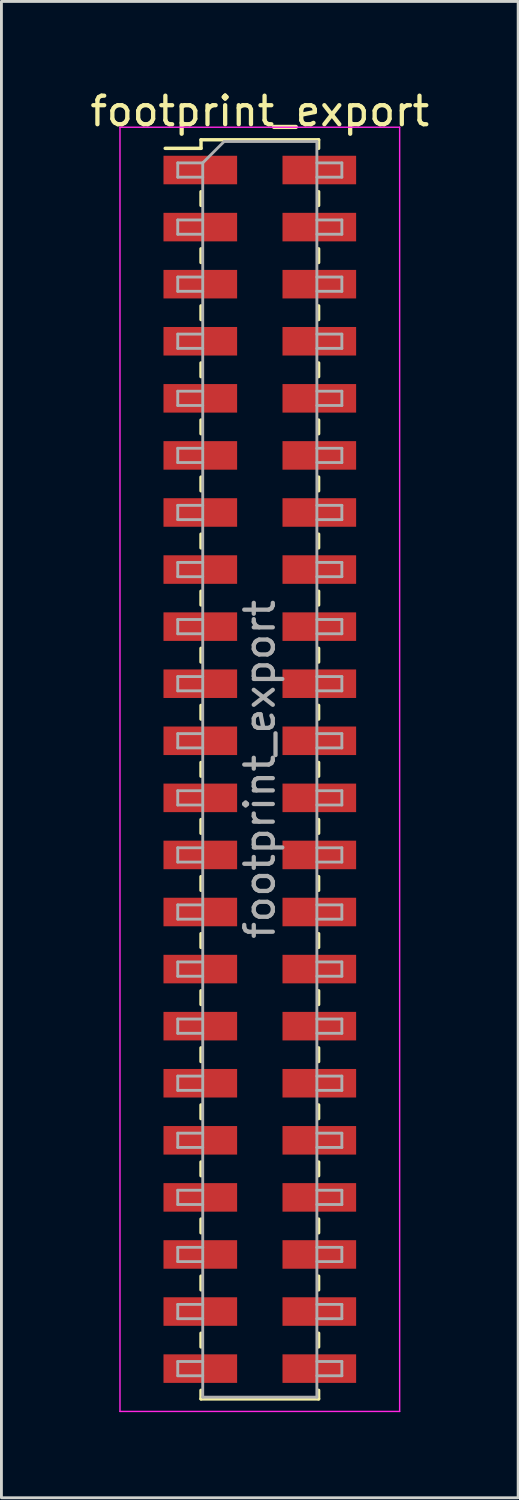
<source format=kicad_pcb>
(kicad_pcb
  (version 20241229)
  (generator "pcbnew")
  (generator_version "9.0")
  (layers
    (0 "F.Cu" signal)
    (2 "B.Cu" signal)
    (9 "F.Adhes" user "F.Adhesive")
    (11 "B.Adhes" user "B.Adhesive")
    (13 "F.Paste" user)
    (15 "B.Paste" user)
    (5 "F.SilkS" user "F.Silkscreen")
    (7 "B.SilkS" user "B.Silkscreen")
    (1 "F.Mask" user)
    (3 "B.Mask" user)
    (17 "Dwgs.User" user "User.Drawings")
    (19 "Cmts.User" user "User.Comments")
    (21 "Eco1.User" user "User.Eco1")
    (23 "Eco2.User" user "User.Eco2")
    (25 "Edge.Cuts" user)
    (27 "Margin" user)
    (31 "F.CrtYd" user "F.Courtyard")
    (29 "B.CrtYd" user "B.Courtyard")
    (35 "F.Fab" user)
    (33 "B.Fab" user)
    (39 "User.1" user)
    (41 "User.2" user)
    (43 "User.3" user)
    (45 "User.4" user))
  (footprint "footprint_export"
    (layer "F.Cu")
    (at 6.054 23.908)
    (property "Reference" "footprint_export" (at 0 -23.06 0) (layer "F.SilkS") (effects (font (size 1 1) (thickness 0.15))))
    (attr smd)
    (fp_line (start -3.315 -21.76) (end -2.06 -21.76) (stroke (width 0.12) (type solid)) (layer "F.SilkS"))
    (fp_line (start -2.06 -22.06) (end -2.06 -21.76) (stroke (width 0.12) (type solid)) (layer "F.SilkS"))
    (fp_line (start -2.06 -22.06) (end 2.06 -22.06) (stroke (width 0.12) (type solid)) (layer "F.SilkS"))
    (fp_line (start -2.06 -20.24) (end -2.06 -19.76) (stroke (width 0.12) (type solid)) (layer "F.SilkS"))
    (fp_line (start -2.06 -18.24) (end -2.06 -17.76) (stroke (width 0.12) (type solid)) (layer "F.SilkS"))
    (fp_line (start -2.06 -16.24) (end -2.06 -15.76) (stroke (width 0.12) (type solid)) (layer "F.SilkS"))
    (fp_line (start -2.06 -14.24) (end -2.06 -13.76) (stroke (width 0.12) (type solid)) (layer "F.SilkS"))
    (fp_line (start -2.06 -12.24) (end -2.06 -11.76) (stroke (width 0.12) (type solid)) (layer "F.SilkS"))
    (fp_line (start -2.06 -10.24) (end -2.06 -9.76) (stroke (width 0.12) (type solid)) (layer "F.SilkS"))
    (fp_line (start -2.06 -8.24) (end -2.06 -7.76) (stroke (width 0.12) (type solid)) (layer "F.SilkS"))
    (fp_line (start -2.06 -6.24) (end -2.06 -5.76) (stroke (width 0.12) (type solid)) (layer "F.SilkS"))
    (fp_line (start -2.06 -4.24) (end -2.06 -3.76) (stroke (width 0.12) (type solid)) (layer "F.SilkS"))
    (fp_line (start -2.06 -2.24) (end -2.06 -1.76) (stroke (width 0.12) (type solid)) (layer "F.SilkS"))
    (fp_line (start -2.06 -0.24) (end -2.06 0.24) (stroke (width 0.12) (type solid)) (layer "F.SilkS"))
    (fp_line (start -2.06 1.76) (end -2.06 2.24) (stroke (width 0.12) (type solid)) (layer "F.SilkS"))
    (fp_line (start -2.06 3.76) (end -2.06 4.24) (stroke (width 0.12) (type solid)) (layer "F.SilkS"))
    (fp_line (start -2.06 5.76) (end -2.06 6.24) (stroke (width 0.12) (type solid)) (layer "F.SilkS"))
    (fp_line (start -2.06 7.76) (end -2.06 8.24) (stroke (width 0.12) (type solid)) (layer "F.SilkS"))
    (fp_line (start -2.06 9.76) (end -2.06 10.24) (stroke (width 0.12) (type solid)) (layer "F.SilkS"))
    (fp_line (start -2.06 11.76) (end -2.06 12.24) (stroke (width 0.12) (type solid)) (layer "F.SilkS"))
    (fp_line (start -2.06 13.76) (end -2.06 14.24) (stroke (width 0.12) (type solid)) (layer "F.SilkS"))
    (fp_line (start -2.06 15.76) (end -2.06 16.24) (stroke (width 0.12) (type solid)) (layer "F.SilkS"))
    (fp_line (start -2.06 17.76) (end -2.06 18.24) (stroke (width 0.12) (type solid)) (layer "F.SilkS"))
    (fp_line (start -2.06 19.76) (end -2.06 20.24) (stroke (width 0.12) (type solid)) (layer "F.SilkS"))
    (fp_line (start -2.06 21.76) (end -2.06 22.06) (stroke (width 0.12) (type solid)) (layer "F.SilkS"))
    (fp_line (start -2.06 22.06) (end 2.06 22.06) (stroke (width 0.12) (type solid)) (layer "F.SilkS"))
    (fp_line (start 2.06 -22.06) (end 2.06 -21.76) (stroke (width 0.12) (type solid)) (layer "F.SilkS"))
    (fp_line (start 2.06 -20.24) (end 2.06 -19.76) (stroke (width 0.12) (type solid)) (layer "F.SilkS"))
    (fp_line (start 2.06 -18.24) (end 2.06 -17.76) (stroke (width 0.12) (type solid)) (layer "F.SilkS"))
    (fp_line (start 2.06 -16.24) (end 2.06 -15.76) (stroke (width 0.12) (type solid)) (layer "F.SilkS"))
    (fp_line (start 2.06 -14.24) (end 2.06 -13.76) (stroke (width 0.12) (type solid)) (layer "F.SilkS"))
    (fp_line (start 2.06 -12.24) (end 2.06 -11.76) (stroke (width 0.12) (type solid)) (layer "F.SilkS"))
    (fp_line (start 2.06 -10.24) (end 2.06 -9.76) (stroke (width 0.12) (type solid)) (layer "F.SilkS"))
    (fp_line (start 2.06 -8.24) (end 2.06 -7.76) (stroke (width 0.12) (type solid)) (layer "F.SilkS"))
    (fp_line (start 2.06 -6.24) (end 2.06 -5.76) (stroke (width 0.12) (type solid)) (layer "F.SilkS"))
    (fp_line (start 2.06 -4.24) (end 2.06 -3.76) (stroke (width 0.12) (type solid)) (layer "F.SilkS"))
    (fp_line (start 2.06 -2.24) (end 2.06 -1.76) (stroke (width 0.12) (type solid)) (layer "F.SilkS"))
    (fp_line (start 2.06 -0.24) (end 2.06 0.24) (stroke (width 0.12) (type solid)) (layer "F.SilkS"))
    (fp_line (start 2.06 1.76) (end 2.06 2.24) (stroke (width 0.12) (type solid)) (layer "F.SilkS"))
    (fp_line (start 2.06 3.76) (end 2.06 4.24) (stroke (width 0.12) (type solid)) (layer "F.SilkS"))
    (fp_line (start 2.06 5.76) (end 2.06 6.24) (stroke (width 0.12) (type solid)) (layer "F.SilkS"))
    (fp_line (start 2.06 7.76) (end 2.06 8.24) (stroke (width 0.12) (type solid)) (layer "F.SilkS"))
    (fp_line (start 2.06 9.76) (end 2.06 10.24) (stroke (width 0.12) (type solid)) (layer "F.SilkS"))
    (fp_line (start 2.06 11.76) (end 2.06 12.24) (stroke (width 0.12) (type solid)) (layer "F.SilkS"))
    (fp_line (start 2.06 13.76) (end 2.06 14.24) (stroke (width 0.12) (type solid)) (layer "F.SilkS"))
    (fp_line (start 2.06 15.76) (end 2.06 16.24) (stroke (width 0.12) (type solid)) (layer "F.SilkS"))
    (fp_line (start 2.06 17.76) (end 2.06 18.24) (stroke (width 0.12) (type solid)) (layer "F.SilkS"))
    (fp_line (start 2.06 19.76) (end 2.06 20.24) (stroke (width 0.12) (type solid)) (layer "F.SilkS"))
    (fp_line (start 2.06 21.76) (end 2.06 22.06) (stroke (width 0.12) (type solid)) (layer "F.SilkS"))
    (fp_line (start -4.9 -22.5) (end -4.9 22.5) (stroke (width 0.05) (type solid)) (layer "F.CrtYd"))
    (fp_line (start -4.9 22.5) (end 4.9 22.5) (stroke (width 0.05) (type solid)) (layer "F.CrtYd"))
    (fp_line (start 4.9 -22.5) (end -4.9 -22.5) (stroke (width 0.05) (type solid)) (layer "F.CrtYd"))
    (fp_line (start 4.9 22.5) (end 4.9 -22.5) (stroke (width 0.05) (type solid)) (layer "F.CrtYd"))
    (fp_line (start -2.875 -21.25) (end -2.875 -20.75) (stroke (width 0.1) (type solid)) (layer "F.Fab"))
    (fp_line (start -2.875 -20.75) (end -2 -20.75) (stroke (width 0.1) (type solid)) (layer "F.Fab"))
    (fp_line (start -2.875 -19.25) (end -2.875 -18.75) (stroke (width 0.1) (type solid)) (layer "F.Fab"))
    (fp_line (start -2.875 -18.75) (end -2 -18.75) (stroke (width 0.1) (type solid)) (layer "F.Fab"))
    (fp_line (start -2.875 -17.25) (end -2.875 -16.75) (stroke (width 0.1) (type solid)) (layer "F.Fab"))
    (fp_line (start -2.875 -16.75) (end -2 -16.75) (stroke (width 0.1) (type solid)) (layer "F.Fab"))
    (fp_line (start -2.875 -15.25) (end -2.875 -14.75) (stroke (width 0.1) (type solid)) (layer "F.Fab"))
    (fp_line (start -2.875 -14.75) (end -2 -14.75) (stroke (width 0.1) (type solid)) (layer "F.Fab"))
    (fp_line (start -2.875 -13.25) (end -2.875 -12.75) (stroke (width 0.1) (type solid)) (layer "F.Fab"))
    (fp_line (start -2.875 -12.75) (end -2 -12.75) (stroke (width 0.1) (type solid)) (layer "F.Fab"))
    (fp_line (start -2.875 -11.25) (end -2.875 -10.75) (stroke (width 0.1) (type solid)) (layer "F.Fab"))
    (fp_line (start -2.875 -10.75) (end -2 -10.75) (stroke (width 0.1) (type solid)) (layer "F.Fab"))
    (fp_line (start -2.875 -9.25) (end -2.875 -8.75) (stroke (width 0.1) (type solid)) (layer "F.Fab"))
    (fp_line (start -2.875 -8.75) (end -2 -8.75) (stroke (width 0.1) (type solid)) (layer "F.Fab"))
    (fp_line (start -2.875 -7.25) (end -2.875 -6.75) (stroke (width 0.1) (type solid)) (layer "F.Fab"))
    (fp_line (start -2.875 -6.75) (end -2 -6.75) (stroke (width 0.1) (type solid)) (layer "F.Fab"))
    (fp_line (start -2.875 -5.25) (end -2.875 -4.75) (stroke (width 0.1) (type solid)) (layer "F.Fab"))
    (fp_line (start -2.875 -4.75) (end -2 -4.75) (stroke (width 0.1) (type solid)) (layer "F.Fab"))
    (fp_line (start -2.875 -3.25) (end -2.875 -2.75) (stroke (width 0.1) (type solid)) (layer "F.Fab"))
    (fp_line (start -2.875 -2.75) (end -2 -2.75) (stroke (width 0.1) (type solid)) (layer "F.Fab"))
    (fp_line (start -2.875 -1.25) (end -2.875 -0.75) (stroke (width 0.1) (type solid)) (layer "F.Fab"))
    (fp_line (start -2.875 -0.75) (end -2 -0.75) (stroke (width 0.1) (type solid)) (layer "F.Fab"))
    (fp_line (start -2.875 0.75) (end -2.875 1.25) (stroke (width 0.1) (type solid)) (layer "F.Fab"))
    (fp_line (start -2.875 1.25) (end -2 1.25) (stroke (width 0.1) (type solid)) (layer "F.Fab"))
    (fp_line (start -2.875 2.75) (end -2.875 3.25) (stroke (width 0.1) (type solid)) (layer "F.Fab"))
    (fp_line (start -2.875 3.25) (end -2 3.25) (stroke (width 0.1) (type solid)) (layer "F.Fab"))
    (fp_line (start -2.875 4.75) (end -2.875 5.25) (stroke (width 0.1) (type solid)) (layer "F.Fab"))
    (fp_line (start -2.875 5.25) (end -2 5.25) (stroke (width 0.1) (type solid)) (layer "F.Fab"))
    (fp_line (start -2.875 6.75) (end -2.875 7.25) (stroke (width 0.1) (type solid)) (layer "F.Fab"))
    (fp_line (start -2.875 7.25) (end -2 7.25) (stroke (width 0.1) (type solid)) (layer "F.Fab"))
    (fp_line (start -2.875 8.75) (end -2.875 9.25) (stroke (width 0.1) (type solid)) (layer "F.Fab"))
    (fp_line (start -2.875 9.25) (end -2 9.25) (stroke (width 0.1) (type solid)) (layer "F.Fab"))
    (fp_line (start -2.875 10.75) (end -2.875 11.25) (stroke (width 0.1) (type solid)) (layer "F.Fab"))
    (fp_line (start -2.875 11.25) (end -2 11.25) (stroke (width 0.1) (type solid)) (layer "F.Fab"))
    (fp_line (start -2.875 12.75) (end -2.875 13.25) (stroke (width 0.1) (type solid)) (layer "F.Fab"))
    (fp_line (start -2.875 13.25) (end -2 13.25) (stroke (width 0.1) (type solid)) (layer "F.Fab"))
    (fp_line (start -2.875 14.75) (end -2.875 15.25) (stroke (width 0.1) (type solid)) (layer "F.Fab"))
    (fp_line (start -2.875 15.25) (end -2 15.25) (stroke (width 0.1) (type solid)) (layer "F.Fab"))
    (fp_line (start -2.875 16.75) (end -2.875 17.25) (stroke (width 0.1) (type solid)) (layer "F.Fab"))
    (fp_line (start -2.875 17.25) (end -2 17.25) (stroke (width 0.1) (type solid)) (layer "F.Fab"))
    (fp_line (start -2.875 18.75) (end -2.875 19.25) (stroke (width 0.1) (type solid)) (layer "F.Fab"))
    (fp_line (start -2.875 19.25) (end -2 19.25) (stroke (width 0.1) (type solid)) (layer "F.Fab"))
    (fp_line (start -2.875 20.75) (end -2.875 21.25) (stroke (width 0.1) (type solid)) (layer "F.Fab"))
    (fp_line (start -2.875 21.25) (end -2 21.25) (stroke (width 0.1) (type solid)) (layer "F.Fab"))
    (fp_line (start -2 -21.25) (end -2.875 -21.25) (stroke (width 0.1) (type solid)) (layer "F.Fab"))
    (fp_line (start -2 -21.25) (end -1.25 -22) (stroke (width 0.1) (type solid)) (layer "F.Fab"))
    (fp_line (start -2 -19.25) (end -2.875 -19.25) (stroke (width 0.1) (type solid)) (layer "F.Fab"))
    (fp_line (start -2 -17.25) (end -2.875 -17.25) (stroke (width 0.1) (type solid)) (layer "F.Fab"))
    (fp_line (start -2 -15.25) (end -2.875 -15.25) (stroke (width 0.1) (type solid)) (layer "F.Fab"))
    (fp_line (start -2 -13.25) (end -2.875 -13.25) (stroke (width 0.1) (type solid)) (layer "F.Fab"))
    (fp_line (start -2 -11.25) (end -2.875 -11.25) (stroke (width 0.1) (type solid)) (layer "F.Fab"))
    (fp_line (start -2 -9.25) (end -2.875 -9.25) (stroke (width 0.1) (type solid)) (layer "F.Fab"))
    (fp_line (start -2 -7.25) (end -2.875 -7.25) (stroke (width 0.1) (type solid)) (layer "F.Fab"))
    (fp_line (start -2 -5.25) (end -2.875 -5.25) (stroke (width 0.1) (type solid)) (layer "F.Fab"))
    (fp_line (start -2 -3.25) (end -2.875 -3.25) (stroke (width 0.1) (type solid)) (layer "F.Fab"))
    (fp_line (start -2 -1.25) (end -2.875 -1.25) (stroke (width 0.1) (type solid)) (layer "F.Fab"))
    (fp_line (start -2 0.75) (end -2.875 0.75) (stroke (width 0.1) (type solid)) (layer "F.Fab"))
    (fp_line (start -2 2.75) (end -2.875 2.75) (stroke (width 0.1) (type solid)) (layer "F.Fab"))
    (fp_line (start -2 4.75) (end -2.875 4.75) (stroke (width 0.1) (type solid)) (layer "F.Fab"))
    (fp_line (start -2 6.75) (end -2.875 6.75) (stroke (width 0.1) (type solid)) (layer "F.Fab"))
    (fp_line (start -2 8.75) (end -2.875 8.75) (stroke (width 0.1) (type solid)) (layer "F.Fab"))
    (fp_line (start -2 10.75) (end -2.875 10.75) (stroke (width 0.1) (type solid)) (layer "F.Fab"))
    (fp_line (start -2 12.75) (end -2.875 12.75) (stroke (width 0.1) (type solid)) (layer "F.Fab"))
    (fp_line (start -2 14.75) (end -2.875 14.75) (stroke (width 0.1) (type solid)) (layer "F.Fab"))
    (fp_line (start -2 16.75) (end -2.875 16.75) (stroke (width 0.1) (type solid)) (layer "F.Fab"))
    (fp_line (start -2 18.75) (end -2.875 18.75) (stroke (width 0.1) (type solid)) (layer "F.Fab"))
    (fp_line (start -2 20.75) (end -2.875 20.75) (stroke (width 0.1) (type solid)) (layer "F.Fab"))
    (fp_line (start -2 22) (end -2 -21.25) (stroke (width 0.1) (type solid)) (layer "F.Fab"))
    (fp_line (start -1.25 -22) (end 2 -22) (stroke (width 0.1) (type solid)) (layer "F.Fab"))
    (fp_line (start 2 -22) (end 2 22) (stroke (width 0.1) (type solid)) (layer "F.Fab"))
    (fp_line (start 2 -21.25) (end 2.875 -21.25) (stroke (width 0.1) (type solid)) (layer "F.Fab"))
    (fp_line (start 2 -19.25) (end 2.875 -19.25) (stroke (width 0.1) (type solid)) (layer "F.Fab"))
    (fp_line (start 2 -17.25) (end 2.875 -17.25) (stroke (width 0.1) (type solid)) (layer "F.Fab"))
    (fp_line (start 2 -15.25) (end 2.875 -15.25) (stroke (width 0.1) (type solid)) (layer "F.Fab"))
    (fp_line (start 2 -13.25) (end 2.875 -13.25) (stroke (width 0.1) (type solid)) (layer "F.Fab"))
    (fp_line (start 2 -11.25) (end 2.875 -11.25) (stroke (width 0.1) (type solid)) (layer "F.Fab"))
    (fp_line (start 2 -9.25) (end 2.875 -9.25) (stroke (width 0.1) (type solid)) (layer "F.Fab"))
    (fp_line (start 2 -7.25) (end 2.875 -7.25) (stroke (width 0.1) (type solid)) (layer "F.Fab"))
    (fp_line (start 2 -5.25) (end 2.875 -5.25) (stroke (width 0.1) (type solid)) (layer "F.Fab"))
    (fp_line (start 2 -3.25) (end 2.875 -3.25) (stroke (width 0.1) (type solid)) (layer "F.Fab"))
    (fp_line (start 2 -1.25) (end 2.875 -1.25) (stroke (width 0.1) (type solid)) (layer "F.Fab"))
    (fp_line (start 2 0.75) (end 2.875 0.75) (stroke (width 0.1) (type solid)) (layer "F.Fab"))
    (fp_line (start 2 2.75) (end 2.875 2.75) (stroke (width 0.1) (type solid)) (layer "F.Fab"))
    (fp_line (start 2 4.75) (end 2.875 4.75) (stroke (width 0.1) (type solid)) (layer "F.Fab"))
    (fp_line (start 2 6.75) (end 2.875 6.75) (stroke (width 0.1) (type solid)) (layer "F.Fab"))
    (fp_line (start 2 8.75) (end 2.875 8.75) (stroke (width 0.1) (type solid)) (layer "F.Fab"))
    (fp_line (start 2 10.75) (end 2.875 10.75) (stroke (width 0.1) (type solid)) (layer "F.Fab"))
    (fp_line (start 2 12.75) (end 2.875 12.75) (stroke (width 0.1) (type solid)) (layer "F.Fab"))
    (fp_line (start 2 14.75) (end 2.875 14.75) (stroke (width 0.1) (type solid)) (layer "F.Fab"))
    (fp_line (start 2 16.75) (end 2.875 16.75) (stroke (width 0.1) (type solid)) (layer "F.Fab"))
    (fp_line (start 2 18.75) (end 2.875 18.75) (stroke (width 0.1) (type solid)) (layer "F.Fab"))
    (fp_line (start 2 20.75) (end 2.875 20.75) (stroke (width 0.1) (type solid)) (layer "F.Fab"))
    (fp_line (start 2 22) (end -2 22) (stroke (width 0.1) (type solid)) (layer "F.Fab"))
    (fp_line (start 2.875 -21.25) (end 2.875 -20.75) (stroke (width 0.1) (type solid)) (layer "F.Fab"))
    (fp_line (start 2.875 -20.75) (end 2 -20.75) (stroke (width 0.1) (type solid)) (layer "F.Fab"))
    (fp_line (start 2.875 -19.25) (end 2.875 -18.75) (stroke (width 0.1) (type solid)) (layer "F.Fab"))
    (fp_line (start 2.875 -18.75) (end 2 -18.75) (stroke (width 0.1) (type solid)) (layer "F.Fab"))
    (fp_line (start 2.875 -17.25) (end 2.875 -16.75) (stroke (width 0.1) (type solid)) (layer "F.Fab"))
    (fp_line (start 2.875 -16.75) (end 2 -16.75) (stroke (width 0.1) (type solid)) (layer "F.Fab"))
    (fp_line (start 2.875 -15.25) (end 2.875 -14.75) (stroke (width 0.1) (type solid)) (layer "F.Fab"))
    (fp_line (start 2.875 -14.75) (end 2 -14.75) (stroke (width 0.1) (type solid)) (layer "F.Fab"))
    (fp_line (start 2.875 -13.25) (end 2.875 -12.75) (stroke (width 0.1) (type solid)) (layer "F.Fab"))
    (fp_line (start 2.875 -12.75) (end 2 -12.75) (stroke (width 0.1) (type solid)) (layer "F.Fab"))
    (fp_line (start 2.875 -11.25) (end 2.875 -10.75) (stroke (width 0.1) (type solid)) (layer "F.Fab"))
    (fp_line (start 2.875 -10.75) (end 2 -10.75) (stroke (width 0.1) (type solid)) (layer "F.Fab"))
    (fp_line (start 2.875 -9.25) (end 2.875 -8.75) (stroke (width 0.1) (type solid)) (layer "F.Fab"))
    (fp_line (start 2.875 -8.75) (end 2 -8.75) (stroke (width 0.1) (type solid)) (layer "F.Fab"))
    (fp_line (start 2.875 -7.25) (end 2.875 -6.75) (stroke (width 0.1) (type solid)) (layer "F.Fab"))
    (fp_line (start 2.875 -6.75) (end 2 -6.75) (stroke (width 0.1) (type solid)) (layer "F.Fab"))
    (fp_line (start 2.875 -5.25) (end 2.875 -4.75) (stroke (width 0.1) (type solid)) (layer "F.Fab"))
    (fp_line (start 2.875 -4.75) (end 2 -4.75) (stroke (width 0.1) (type solid)) (layer "F.Fab"))
    (fp_line (start 2.875 -3.25) (end 2.875 -2.75) (stroke (width 0.1) (type solid)) (layer "F.Fab"))
    (fp_line (start 2.875 -2.75) (end 2 -2.75) (stroke (width 0.1) (type solid)) (layer "F.Fab"))
    (fp_line (start 2.875 -1.25) (end 2.875 -0.75) (stroke (width 0.1) (type solid)) (layer "F.Fab"))
    (fp_line (start 2.875 -0.75) (end 2 -0.75) (stroke (width 0.1) (type solid)) (layer "F.Fab"))
    (fp_line (start 2.875 0.75) (end 2.875 1.25) (stroke (width 0.1) (type solid)) (layer "F.Fab"))
    (fp_line (start 2.875 1.25) (end 2 1.25) (stroke (width 0.1) (type solid)) (layer "F.Fab"))
    (fp_line (start 2.875 2.75) (end 2.875 3.25) (stroke (width 0.1) (type solid)) (layer "F.Fab"))
    (fp_line (start 2.875 3.25) (end 2 3.25) (stroke (width 0.1) (type solid)) (layer "F.Fab"))
    (fp_line (start 2.875 4.75) (end 2.875 5.25) (stroke (width 0.1) (type solid)) (layer "F.Fab"))
    (fp_line (start 2.875 5.25) (end 2 5.25) (stroke (width 0.1) (type solid)) (layer "F.Fab"))
    (fp_line (start 2.875 6.75) (end 2.875 7.25) (stroke (width 0.1) (type solid)) (layer "F.Fab"))
    (fp_line (start 2.875 7.25) (end 2 7.25) (stroke (width 0.1) (type solid)) (layer "F.Fab"))
    (fp_line (start 2.875 8.75) (end 2.875 9.25) (stroke (width 0.1) (type solid)) (layer "F.Fab"))
    (fp_line (start 2.875 9.25) (end 2 9.25) (stroke (width 0.1) (type solid)) (layer "F.Fab"))
    (fp_line (start 2.875 10.75) (end 2.875 11.25) (stroke (width 0.1) (type solid)) (layer "F.Fab"))
    (fp_line (start 2.875 11.25) (end 2 11.25) (stroke (width 0.1) (type solid)) (layer "F.Fab"))
    (fp_line (start 2.875 12.75) (end 2.875 13.25) (stroke (width 0.1) (type solid)) (layer "F.Fab"))
    (fp_line (start 2.875 13.25) (end 2 13.25) (stroke (width 0.1) (type solid)) (layer "F.Fab"))
    (fp_line (start 2.875 14.75) (end 2.875 15.25) (stroke (width 0.1) (type solid)) (layer "F.Fab"))
    (fp_line (start 2.875 15.25) (end 2 15.25) (stroke (width 0.1) (type solid)) (layer "F.Fab"))
    (fp_line (start 2.875 16.75) (end 2.875 17.25) (stroke (width 0.1) (type solid)) (layer "F.Fab"))
    (fp_line (start 2.875 17.25) (end 2 17.25) (stroke (width 0.1) (type solid)) (layer "F.Fab"))
    (fp_line (start 2.875 18.75) (end 2.875 19.25) (stroke (width 0.1) (type solid)) (layer "F.Fab"))
    (fp_line (start 2.875 19.25) (end 2 19.25) (stroke (width 0.1) (type solid)) (layer "F.Fab"))
    (fp_line (start 2.875 20.75) (end 2.875 21.25) (stroke (width 0.1) (type solid)) (layer "F.Fab"))
    (fp_line (start 2.875 21.25) (end 2 21.25) (stroke (width 0.1) (type solid)) (layer "F.Fab"))
    (fp_text user "${REFERENCE}" (at 0 0 90) (layer "F.Fab") (effects (font (size 1 1) (thickness 0.15))))
    (pad "1" smd rect (at -2.085 -21) (size 2.58 1) (layers "F.Cu" "F.Mask" "F.Paste"))
    (pad "2" smd rect (at 2.085 -21) (size 2.58 1) (layers "F.Cu" "F.Mask" "F.Paste"))
    (pad "3" smd rect (at -2.085 -19) (size 2.58 1) (layers "F.Cu" "F.Mask" "F.Paste"))
    (pad "4" smd rect (at 2.085 -19) (size 2.58 1) (layers "F.Cu" "F.Mask" "F.Paste"))
    (pad "5" smd rect (at -2.085 -17) (size 2.58 1) (layers "F.Cu" "F.Mask" "F.Paste"))
    (pad "6" smd rect (at 2.085 -17) (size 2.58 1) (layers "F.Cu" "F.Mask" "F.Paste"))
    (pad "7" smd rect (at -2.085 -15) (size 2.58 1) (layers "F.Cu" "F.Mask" "F.Paste"))
    (pad "8" smd rect (at 2.085 -15) (size 2.58 1) (layers "F.Cu" "F.Mask" "F.Paste"))
    (pad "9" smd rect (at -2.085 -13) (size 2.58 1) (layers "F.Cu" "F.Mask" "F.Paste"))
    (pad "10" smd rect (at 2.085 -13) (size 2.58 1) (layers "F.Cu" "F.Mask" "F.Paste"))
    (pad "11" smd rect (at -2.085 -11) (size 2.58 1) (layers "F.Cu" "F.Mask" "F.Paste"))
    (pad "12" smd rect (at 2.085 -11) (size 2.58 1) (layers "F.Cu" "F.Mask" "F.Paste"))
    (pad "13" smd rect (at -2.085 -9) (size 2.58 1) (layers "F.Cu" "F.Mask" "F.Paste"))
    (pad "14" smd rect (at 2.085 -9) (size 2.58 1) (layers "F.Cu" "F.Mask" "F.Paste"))
    (pad "15" smd rect (at -2.085 -7) (size 2.58 1) (layers "F.Cu" "F.Mask" "F.Paste"))
    (pad "16" smd rect (at 2.085 -7) (size 2.58 1) (layers "F.Cu" "F.Mask" "F.Paste"))
    (pad "17" smd rect (at -2.085 -5) (size 2.58 1) (layers "F.Cu" "F.Mask" "F.Paste"))
    (pad "18" smd rect (at 2.085 -5) (size 2.58 1) (layers "F.Cu" "F.Mask" "F.Paste"))
    (pad "19" smd rect (at -2.085 -3) (size 2.58 1) (layers "F.Cu" "F.Mask" "F.Paste"))
    (pad "20" smd rect (at 2.085 -3) (size 2.58 1) (layers "F.Cu" "F.Mask" "F.Paste"))
    (pad "21" smd rect (at -2.085 -1) (size 2.58 1) (layers "F.Cu" "F.Mask" "F.Paste"))
    (pad "22" smd rect (at 2.085 -1) (size 2.58 1) (layers "F.Cu" "F.Mask" "F.Paste"))
    (pad "23" smd rect (at -2.085 1) (size 2.58 1) (layers "F.Cu" "F.Mask" "F.Paste"))
    (pad "24" smd rect (at 2.085 1) (size 2.58 1) (layers "F.Cu" "F.Mask" "F.Paste"))
    (pad "25" smd rect (at -2.085 3) (size 2.58 1) (layers "F.Cu" "F.Mask" "F.Paste"))
    (pad "26" smd rect (at 2.085 3) (size 2.58 1) (layers "F.Cu" "F.Mask" "F.Paste"))
    (pad "27" smd rect (at -2.085 5) (size 2.58 1) (layers "F.Cu" "F.Mask" "F.Paste"))
    (pad "28" smd rect (at 2.085 5) (size 2.58 1) (layers "F.Cu" "F.Mask" "F.Paste"))
    (pad "29" smd rect (at -2.085 7) (size 2.58 1) (layers "F.Cu" "F.Mask" "F.Paste"))
    (pad "30" smd rect (at 2.085 7) (size 2.58 1) (layers "F.Cu" "F.Mask" "F.Paste"))
    (pad "31" smd rect (at -2.085 9) (size 2.58 1) (layers "F.Cu" "F.Mask" "F.Paste"))
    (pad "32" smd rect (at 2.085 9) (size 2.58 1) (layers "F.Cu" "F.Mask" "F.Paste"))
    (pad "33" smd rect (at -2.085 11) (size 2.58 1) (layers "F.Cu" "F.Mask" "F.Paste"))
    (pad "34" smd rect (at 2.085 11) (size 2.58 1) (layers "F.Cu" "F.Mask" "F.Paste"))
    (pad "35" smd rect (at -2.085 13) (size 2.58 1) (layers "F.Cu" "F.Mask" "F.Paste"))
    (pad "36" smd rect (at 2.085 13) (size 2.58 1) (layers "F.Cu" "F.Mask" "F.Paste"))
    (pad "37" smd rect (at -2.085 15) (size 2.58 1) (layers "F.Cu" "F.Mask" "F.Paste"))
    (pad "38" smd rect (at 2.085 15) (size 2.58 1) (layers "F.Cu" "F.Mask" "F.Paste"))
    (pad "39" smd rect (at -2.085 17) (size 2.58 1) (layers "F.Cu" "F.Mask" "F.Paste"))
    (pad "40" smd rect (at 2.085 17) (size 2.58 1) (layers "F.Cu" "F.Mask" "F.Paste"))
    (pad "41" smd rect (at -2.085 19) (size 2.58 1) (layers "F.Cu" "F.Mask" "F.Paste"))
    (pad "42" smd rect (at 2.085 19) (size 2.58 1) (layers "F.Cu" "F.Mask" "F.Paste"))
    (pad "43" smd rect (at -2.085 21) (size 2.58 1) (layers "F.Cu" "F.Mask" "F.Paste"))
    (pad "44" smd rect (at 2.085 21) (size 2.58 1) (layers "F.Cu" "F.Mask" "F.Paste")))
  (gr_rect
    (start -3 -3)
    (end 15.107 49.433)
    (stroke (width 0.1) (type default))
    (fill no)
    (layer "Edge.Cuts")))
</source>
